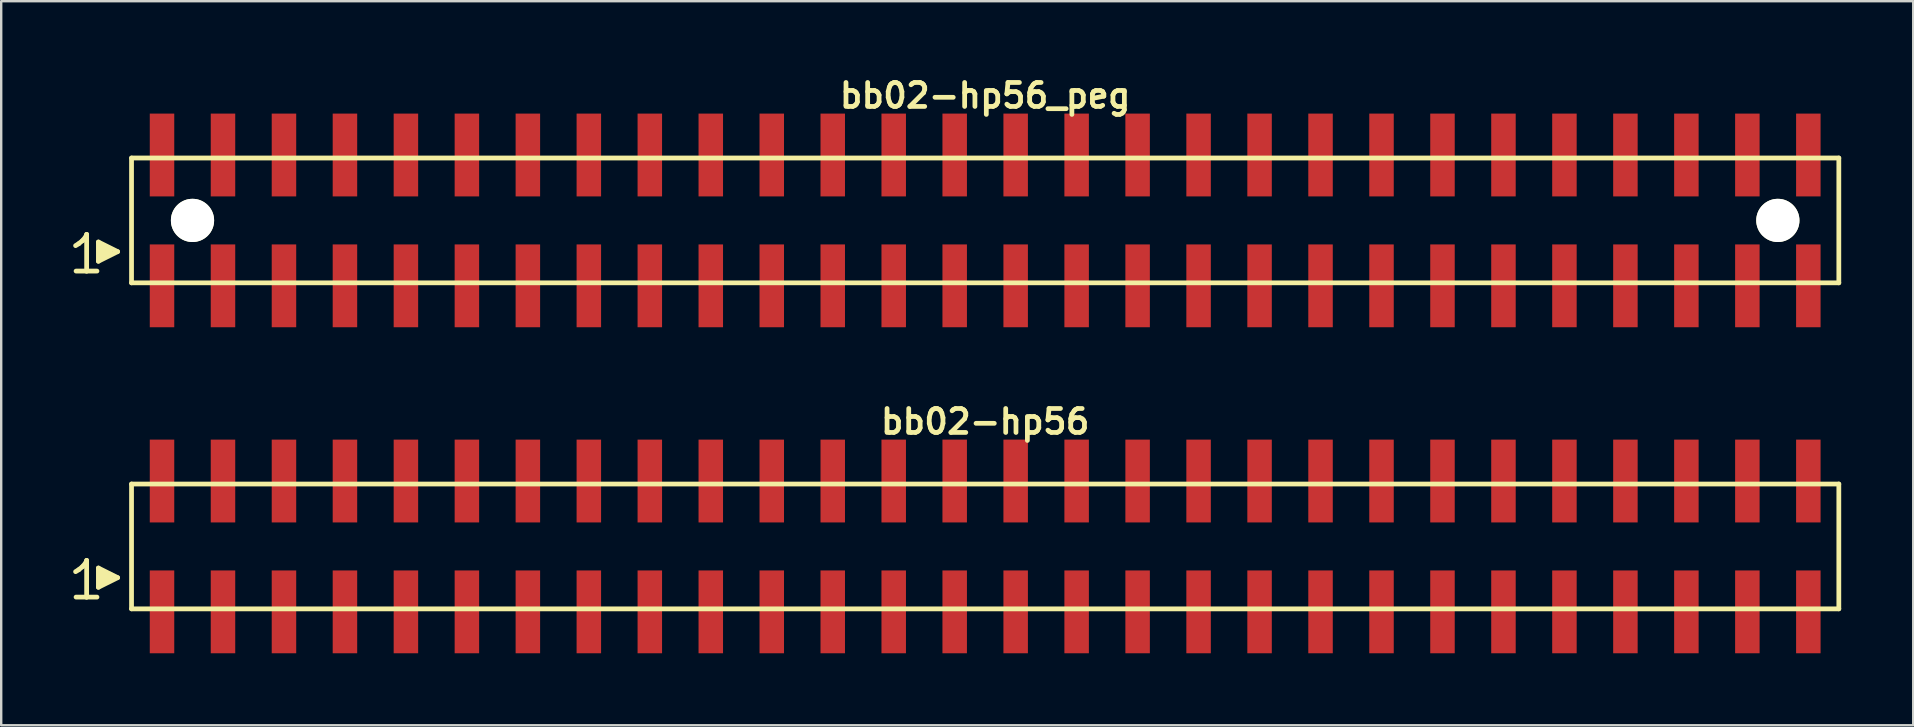
<source format=kicad_pcb>
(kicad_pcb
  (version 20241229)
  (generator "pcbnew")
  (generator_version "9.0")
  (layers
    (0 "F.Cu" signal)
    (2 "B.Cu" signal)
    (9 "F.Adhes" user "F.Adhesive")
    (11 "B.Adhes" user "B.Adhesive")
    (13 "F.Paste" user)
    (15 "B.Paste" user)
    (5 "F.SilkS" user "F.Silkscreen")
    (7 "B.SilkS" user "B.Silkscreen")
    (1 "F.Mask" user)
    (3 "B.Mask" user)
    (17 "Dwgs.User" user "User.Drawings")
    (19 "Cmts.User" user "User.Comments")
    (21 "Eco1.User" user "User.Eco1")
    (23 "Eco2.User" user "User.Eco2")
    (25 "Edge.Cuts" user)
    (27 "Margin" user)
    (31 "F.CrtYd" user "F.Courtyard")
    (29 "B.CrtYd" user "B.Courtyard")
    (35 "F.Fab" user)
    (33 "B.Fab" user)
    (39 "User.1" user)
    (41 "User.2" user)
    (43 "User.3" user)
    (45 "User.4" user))
  (footprint "bb02-hp56"
    (layer "F.Cu")
    (at 37.989 19.713)
    (property "Reference" "bb02-hp56" (at 0 -5.2 0) (layer "F.SilkS") (effects (font (size 0.998 0.998) (thickness 0.198))))
    (attr smd)
    (fp_line (start -37.89 1.05) (end -37.76 0.97) (stroke (width 0.198) (type solid)) (layer "F.SilkS"))
    (fp_line (start -37.76 0.97) (end -37.6 0.84) (stroke (width 0.198) (type solid)) (layer "F.SilkS"))
    (fp_line (start -37.6 0.84) (end -37.46 0.67) (stroke (width 0.198) (type solid)) (layer "F.SilkS"))
    (fp_line (start -37.46 0.67) (end -37.43 0.58) (stroke (width 0.198) (type solid)) (layer "F.SilkS"))
    (fp_line (start -37.43 0.58) (end -37.43 2.11) (stroke (width 0.198) (type solid)) (layer "F.SilkS"))
    (fp_line (start -37.43 2.11) (end -37.87 2.11) (stroke (width 0.198) (type solid)) (layer "F.SilkS"))
    (fp_line (start -37 2.11) (end -37.44 2.11) (stroke (width 0.198) (type solid)) (layer "F.SilkS"))
    (fp_line (start -36.94 0.9) (end -36.14 1.3) (stroke (width 0.198) (type solid)) (layer "F.SilkS"))
    (fp_line (start -36.94 1.7) (end -36.94 0.9) (stroke (width 0.198) (type solid)) (layer "F.SilkS"))
    (fp_line (start -36.84 1.6) (end -36.84 1) (stroke (width 0.198) (type solid)) (layer "F.SilkS"))
    (fp_line (start -36.74 1.1) (end -36.74 1.5) (stroke (width 0.198) (type solid)) (layer "F.SilkS"))
    (fp_line (start -36.64 1.5) (end -36.64 1.1) (stroke (width 0.198) (type solid)) (layer "F.SilkS"))
    (fp_line (start -36.54 1.2) (end -36.54 1.4) (stroke (width 0.198) (type solid)) (layer "F.SilkS"))
    (fp_line (start -36.44 1.4) (end -36.44 1.2) (stroke (width 0.198) (type solid)) (layer "F.SilkS"))
    (fp_line (start -36.14 1.3) (end -36.94 1.7) (stroke (width 0.198) (type solid)) (layer "F.SilkS"))
    (fp_line (start -35.56 -2.6) (end -35.56 2.6) (stroke (width 0.198) (type solid)) (layer "F.SilkS"))
    (fp_line (start -35.56 -2.6) (end 35.56 -2.6) (stroke (width 0.198) (type solid)) (layer "F.SilkS"))
    (fp_line (start 35.56 2.6) (end -35.56 2.6) (stroke (width 0.198) (type solid)) (layer "F.SilkS"))
    (fp_line (start 35.56 2.6) (end 35.56 -2.6) (stroke (width 0.198) (type solid)) (layer "F.SilkS"))
    (pad "1" smd rect (at -34.29 2.725) (size 1.02 3.45) (layers "F.Cu" "F.Mask" "F.Paste"))
    (pad "2" smd rect (at -34.29 -2.725) (size 1.02 3.45) (layers "F.Cu" "F.Mask" "F.Paste"))
    (pad "3" smd rect (at -31.75 2.725) (size 1.02 3.45) (layers "F.Cu" "F.Mask" "F.Paste"))
    (pad "4" smd rect (at -31.75 -2.725) (size 1.02 3.45) (layers "F.Cu" "F.Mask" "F.Paste"))
    (pad "5" smd rect (at -29.21 2.725) (size 1.02 3.45) (layers "F.Cu" "F.Mask" "F.Paste"))
    (pad "6" smd rect (at -29.21 -2.725) (size 1.02 3.45) (layers "F.Cu" "F.Mask" "F.Paste"))
    (pad "7" smd rect (at -26.67 2.725) (size 1.02 3.45) (layers "F.Cu" "F.Mask" "F.Paste"))
    (pad "8" smd rect (at -26.67 -2.725) (size 1.02 3.45) (layers "F.Cu" "F.Mask" "F.Paste"))
    (pad "9" smd rect (at -24.13 2.725) (size 1.02 3.45) (layers "F.Cu" "F.Mask" "F.Paste"))
    (pad "10" smd rect (at -24.13 -2.725) (size 1.02 3.45) (layers "F.Cu" "F.Mask" "F.Paste"))
    (pad "11" smd rect (at -21.59 2.725) (size 1.02 3.45) (layers "F.Cu" "F.Mask" "F.Paste"))
    (pad "12" smd rect (at -21.59 -2.725) (size 1.02 3.45) (layers "F.Cu" "F.Mask" "F.Paste"))
    (pad "13" smd rect (at -19.05 2.725) (size 1.02 3.45) (layers "F.Cu" "F.Mask" "F.Paste"))
    (pad "14" smd rect (at -19.05 -2.725) (size 1.02 3.45) (layers "F.Cu" "F.Mask" "F.Paste"))
    (pad "15" smd rect (at -16.51 2.725) (size 1.02 3.45) (layers "F.Cu" "F.Mask" "F.Paste"))
    (pad "16" smd rect (at -16.51 -2.725) (size 1.02 3.45) (layers "F.Cu" "F.Mask" "F.Paste"))
    (pad "17" smd rect (at -13.97 2.725) (size 1.02 3.45) (layers "F.Cu" "F.Mask" "F.Paste"))
    (pad "18" smd rect (at -13.97 -2.725) (size 1.02 3.45) (layers "F.Cu" "F.Mask" "F.Paste"))
    (pad "19" smd rect (at -11.43 2.725) (size 1.02 3.45) (layers "F.Cu" "F.Mask" "F.Paste"))
    (pad "20" smd rect (at -11.43 -2.725) (size 1.02 3.45) (layers "F.Cu" "F.Mask" "F.Paste"))
    (pad "21" smd rect (at -8.89 2.725) (size 1.02 3.45) (layers "F.Cu" "F.Mask" "F.Paste"))
    (pad "22" smd rect (at -8.89 -2.725) (size 1.02 3.45) (layers "F.Cu" "F.Mask" "F.Paste"))
    (pad "23" smd rect (at -6.35 2.725) (size 1.02 3.45) (layers "F.Cu" "F.Mask" "F.Paste"))
    (pad "24" smd rect (at -6.35 -2.725) (size 1.02 3.45) (layers "F.Cu" "F.Mask" "F.Paste"))
    (pad "25" smd rect (at -3.81 2.725) (size 1.02 3.45) (layers "F.Cu" "F.Mask" "F.Paste"))
    (pad "26" smd rect (at -3.81 -2.725) (size 1.02 3.45) (layers "F.Cu" "F.Mask" "F.Paste"))
    (pad "27" smd rect (at -1.27 2.725) (size 1.02 3.45) (layers "F.Cu" "F.Mask" "F.Paste"))
    (pad "28" smd rect (at -1.27 -2.725) (size 1.02 3.45) (layers "F.Cu" "F.Mask" "F.Paste"))
    (pad "29" smd rect (at 1.27 2.725) (size 1.02 3.45) (layers "F.Cu" "F.Mask" "F.Paste"))
    (pad "30" smd rect (at 1.27 -2.725) (size 1.02 3.45) (layers "F.Cu" "F.Mask" "F.Paste"))
    (pad "31" smd rect (at 3.81 2.725) (size 1.02 3.45) (layers "F.Cu" "F.Mask" "F.Paste"))
    (pad "32" smd rect (at 3.81 -2.725) (size 1.02 3.45) (layers "F.Cu" "F.Mask" "F.Paste"))
    (pad "33" smd rect (at 6.35 2.725) (size 1.02 3.45) (layers "F.Cu" "F.Mask" "F.Paste"))
    (pad "34" smd rect (at 6.35 -2.725) (size 1.02 3.45) (layers "F.Cu" "F.Mask" "F.Paste"))
    (pad "35" smd rect (at 8.89 2.725) (size 1.02 3.45) (layers "F.Cu" "F.Mask" "F.Paste"))
    (pad "36" smd rect (at 8.89 -2.725) (size 1.02 3.45) (layers "F.Cu" "F.Mask" "F.Paste"))
    (pad "37" smd rect (at 11.43 2.725) (size 1.02 3.45) (layers "F.Cu" "F.Mask" "F.Paste"))
    (pad "38" smd rect (at 11.43 -2.725) (size 1.02 3.45) (layers "F.Cu" "F.Mask" "F.Paste"))
    (pad "39" smd rect (at 13.97 2.725) (size 1.02 3.45) (layers "F.Cu" "F.Mask" "F.Paste"))
    (pad "40" smd rect (at 13.97 -2.725) (size 1.02 3.45) (layers "F.Cu" "F.Mask" "F.Paste"))
    (pad "41" smd rect (at 16.51 2.725) (size 1.02 3.45) (layers "F.Cu" "F.Mask" "F.Paste"))
    (pad "42" smd rect (at 16.51 -2.725) (size 1.02 3.45) (layers "F.Cu" "F.Mask" "F.Paste"))
    (pad "43" smd rect (at 19.05 2.725) (size 1.02 3.45) (layers "F.Cu" "F.Mask" "F.Paste"))
    (pad "44" smd rect (at 19.05 -2.725) (size 1.02 3.45) (layers "F.Cu" "F.Mask" "F.Paste"))
    (pad "45" smd rect (at 21.59 2.725) (size 1.02 3.45) (layers "F.Cu" "F.Mask" "F.Paste"))
    (pad "46" smd rect (at 21.59 -2.725) (size 1.02 3.45) (layers "F.Cu" "F.Mask" "F.Paste"))
    (pad "47" smd rect (at 24.13 2.725) (size 1.02 3.45) (layers "F.Cu" "F.Mask" "F.Paste"))
    (pad "48" smd rect (at 24.13 -2.725) (size 1.02 3.45) (layers "F.Cu" "F.Mask" "F.Paste"))
    (pad "49" smd rect (at 26.67 2.725) (size 1.02 3.45) (layers "F.Cu" "F.Mask" "F.Paste"))
    (pad "50" smd rect (at 26.67 -2.725) (size 1.02 3.45) (layers "F.Cu" "F.Mask" "F.Paste"))
    (pad "51" smd rect (at 29.21 2.725) (size 1.02 3.45) (layers "F.Cu" "F.Mask" "F.Paste"))
    (pad "52" smd rect (at 29.21 -2.725) (size 1.02 3.45) (layers "F.Cu" "F.Mask" "F.Paste"))
    (pad "53" smd rect (at 31.75 2.725) (size 1.02 3.45) (layers "F.Cu" "F.Mask" "F.Paste"))
    (pad "54" smd rect (at 31.75 -2.725) (size 1.02 3.45) (layers "F.Cu" "F.Mask" "F.Paste"))
    (pad "55" smd rect (at 34.29 2.725) (size 1.02 3.45) (layers "F.Cu" "F.Mask" "F.Paste"))
    (pad "56" smd rect (at 34.29 -2.725) (size 1.02 3.45) (layers "F.Cu" "F.Mask" "F.Paste")))
  (footprint "bb02-hp56_peg"
    (layer "F.Cu")
    (at 37.989 6.132)
    (property "Reference" "bb02-hp56_peg" (at 0 -5.2 0) (layer "F.SilkS") (effects (font (size 0.998 0.998) (thickness 0.198))))
    (attr smd)
    (fp_line (start -37.89 1.05) (end -37.76 0.97) (stroke (width 0.198) (type solid)) (layer "F.SilkS"))
    (fp_line (start -37.76 0.97) (end -37.6 0.84) (stroke (width 0.198) (type solid)) (layer "F.SilkS"))
    (fp_line (start -37.6 0.84) (end -37.46 0.67) (stroke (width 0.198) (type solid)) (layer "F.SilkS"))
    (fp_line (start -37.46 0.67) (end -37.43 0.58) (stroke (width 0.198) (type solid)) (layer "F.SilkS"))
    (fp_line (start -37.43 0.58) (end -37.43 2.11) (stroke (width 0.198) (type solid)) (layer "F.SilkS"))
    (fp_line (start -37.43 2.11) (end -37.87 2.11) (stroke (width 0.198) (type solid)) (layer "F.SilkS"))
    (fp_line (start -37 2.11) (end -37.44 2.11) (stroke (width 0.198) (type solid)) (layer "F.SilkS"))
    (fp_line (start -36.94 0.9) (end -36.14 1.3) (stroke (width 0.198) (type solid)) (layer "F.SilkS"))
    (fp_line (start -36.94 1.7) (end -36.94 0.9) (stroke (width 0.198) (type solid)) (layer "F.SilkS"))
    (fp_line (start -36.84 1.6) (end -36.84 1) (stroke (width 0.198) (type solid)) (layer "F.SilkS"))
    (fp_line (start -36.74 1.1) (end -36.74 1.5) (stroke (width 0.198) (type solid)) (layer "F.SilkS"))
    (fp_line (start -36.64 1.5) (end -36.64 1.1) (stroke (width 0.198) (type solid)) (layer "F.SilkS"))
    (fp_line (start -36.54 1.2) (end -36.54 1.4) (stroke (width 0.198) (type solid)) (layer "F.SilkS"))
    (fp_line (start -36.44 1.4) (end -36.44 1.2) (stroke (width 0.198) (type solid)) (layer "F.SilkS"))
    (fp_line (start -36.14 1.3) (end -36.94 1.7) (stroke (width 0.198) (type solid)) (layer "F.SilkS"))
    (fp_line (start -35.56 -2.6) (end -35.56 2.6) (stroke (width 0.198) (type solid)) (layer "F.SilkS"))
    (fp_line (start -35.56 -2.6) (end 35.56 -2.6) (stroke (width 0.198) (type solid)) (layer "F.SilkS"))
    (fp_line (start 35.56 2.6) (end -35.56 2.6) (stroke (width 0.198) (type solid)) (layer "F.SilkS"))
    (fp_line (start 35.56 2.6) (end 35.56 -2.6) (stroke (width 0.198) (type solid)) (layer "F.SilkS"))
    (pad "" np_thru_hole circle (at -33.02 0) (size 1.8 1.8) (drill 1.8) (layers "*.Cu" "*.Mask" "F.SilkS"))
    (pad "" np_thru_hole circle (at 33.02 0) (size 1.8 1.8) (drill 1.8) (layers "*.Cu" "*.Mask" "F.SilkS"))
    (pad "1" smd rect (at -34.29 2.725) (size 1.02 3.45) (layers "F.Cu" "F.Mask" "F.Paste"))
    (pad "2" smd rect (at -34.29 -2.725) (size 1.02 3.45) (layers "F.Cu" "F.Mask" "F.Paste"))
    (pad "3" smd rect (at -31.75 2.725) (size 1.02 3.45) (layers "F.Cu" "F.Mask" "F.Paste"))
    (pad "4" smd rect (at -31.75 -2.725) (size 1.02 3.45) (layers "F.Cu" "F.Mask" "F.Paste"))
    (pad "5" smd rect (at -29.21 2.725) (size 1.02 3.45) (layers "F.Cu" "F.Mask" "F.Paste"))
    (pad "6" smd rect (at -29.21 -2.725) (size 1.02 3.45) (layers "F.Cu" "F.Mask" "F.Paste"))
    (pad "7" smd rect (at -26.67 2.725) (size 1.02 3.45) (layers "F.Cu" "F.Mask" "F.Paste"))
    (pad "8" smd rect (at -26.67 -2.725) (size 1.02 3.45) (layers "F.Cu" "F.Mask" "F.Paste"))
    (pad "9" smd rect (at -24.13 2.725) (size 1.02 3.45) (layers "F.Cu" "F.Mask" "F.Paste"))
    (pad "10" smd rect (at -24.13 -2.725) (size 1.02 3.45) (layers "F.Cu" "F.Mask" "F.Paste"))
    (pad "11" smd rect (at -21.59 2.725) (size 1.02 3.45) (layers "F.Cu" "F.Mask" "F.Paste"))
    (pad "12" smd rect (at -21.59 -2.725) (size 1.02 3.45) (layers "F.Cu" "F.Mask" "F.Paste"))
    (pad "13" smd rect (at -19.05 2.725) (size 1.02 3.45) (layers "F.Cu" "F.Mask" "F.Paste"))
    (pad "14" smd rect (at -19.05 -2.725) (size 1.02 3.45) (layers "F.Cu" "F.Mask" "F.Paste"))
    (pad "15" smd rect (at -16.51 2.725) (size 1.02 3.45) (layers "F.Cu" "F.Mask" "F.Paste"))
    (pad "16" smd rect (at -16.51 -2.725) (size 1.02 3.45) (layers "F.Cu" "F.Mask" "F.Paste"))
    (pad "17" smd rect (at -13.97 2.725) (size 1.02 3.45) (layers "F.Cu" "F.Mask" "F.Paste"))
    (pad "18" smd rect (at -13.97 -2.725) (size 1.02 3.45) (layers "F.Cu" "F.Mask" "F.Paste"))
    (pad "19" smd rect (at -11.43 2.725) (size 1.02 3.45) (layers "F.Cu" "F.Mask" "F.Paste"))
    (pad "20" smd rect (at -11.43 -2.725) (size 1.02 3.45) (layers "F.Cu" "F.Mask" "F.Paste"))
    (pad "21" smd rect (at -8.89 2.725) (size 1.02 3.45) (layers "F.Cu" "F.Mask" "F.Paste"))
    (pad "22" smd rect (at -8.89 -2.725) (size 1.02 3.45) (layers "F.Cu" "F.Mask" "F.Paste"))
    (pad "23" smd rect (at -6.35 2.725) (size 1.02 3.45) (layers "F.Cu" "F.Mask" "F.Paste"))
    (pad "24" smd rect (at -6.35 -2.725) (size 1.02 3.45) (layers "F.Cu" "F.Mask" "F.Paste"))
    (pad "25" smd rect (at -3.81 2.725) (size 1.02 3.45) (layers "F.Cu" "F.Mask" "F.Paste"))
    (pad "26" smd rect (at -3.81 -2.725) (size 1.02 3.45) (layers "F.Cu" "F.Mask" "F.Paste"))
    (pad "27" smd rect (at -1.27 2.725) (size 1.02 3.45) (layers "F.Cu" "F.Mask" "F.Paste"))
    (pad "28" smd rect (at -1.27 -2.725) (size 1.02 3.45) (layers "F.Cu" "F.Mask" "F.Paste"))
    (pad "29" smd rect (at 1.27 2.725) (size 1.02 3.45) (layers "F.Cu" "F.Mask" "F.Paste"))
    (pad "30" smd rect (at 1.27 -2.725) (size 1.02 3.45) (layers "F.Cu" "F.Mask" "F.Paste"))
    (pad "31" smd rect (at 3.81 2.725) (size 1.02 3.45) (layers "F.Cu" "F.Mask" "F.Paste"))
    (pad "32" smd rect (at 3.81 -2.725) (size 1.02 3.45) (layers "F.Cu" "F.Mask" "F.Paste"))
    (pad "33" smd rect (at 6.35 2.725) (size 1.02 3.45) (layers "F.Cu" "F.Mask" "F.Paste"))
    (pad "34" smd rect (at 6.35 -2.725) (size 1.02 3.45) (layers "F.Cu" "F.Mask" "F.Paste"))
    (pad "35" smd rect (at 8.89 2.725) (size 1.02 3.45) (layers "F.Cu" "F.Mask" "F.Paste"))
    (pad "36" smd rect (at 8.89 -2.725) (size 1.02 3.45) (layers "F.Cu" "F.Mask" "F.Paste"))
    (pad "37" smd rect (at 11.43 2.725) (size 1.02 3.45) (layers "F.Cu" "F.Mask" "F.Paste"))
    (pad "38" smd rect (at 11.43 -2.725) (size 1.02 3.45) (layers "F.Cu" "F.Mask" "F.Paste"))
    (pad "39" smd rect (at 13.97 2.725) (size 1.02 3.45) (layers "F.Cu" "F.Mask" "F.Paste"))
    (pad "40" smd rect (at 13.97 -2.725) (size 1.02 3.45) (layers "F.Cu" "F.Mask" "F.Paste"))
    (pad "41" smd rect (at 16.51 2.725) (size 1.02 3.45) (layers "F.Cu" "F.Mask" "F.Paste"))
    (pad "42" smd rect (at 16.51 -2.725) (size 1.02 3.45) (layers "F.Cu" "F.Mask" "F.Paste"))
    (pad "43" smd rect (at 19.05 2.725) (size 1.02 3.45) (layers "F.Cu" "F.Mask" "F.Paste"))
    (pad "44" smd rect (at 19.05 -2.725) (size 1.02 3.45) (layers "F.Cu" "F.Mask" "F.Paste"))
    (pad "45" smd rect (at 21.59 2.725) (size 1.02 3.45) (layers "F.Cu" "F.Mask" "F.Paste"))
    (pad "46" smd rect (at 21.59 -2.725) (size 1.02 3.45) (layers "F.Cu" "F.Mask" "F.Paste"))
    (pad "47" smd rect (at 24.13 2.725) (size 1.02 3.45) (layers "F.Cu" "F.Mask" "F.Paste"))
    (pad "48" smd rect (at 24.13 -2.725) (size 1.02 3.45) (layers "F.Cu" "F.Mask" "F.Paste"))
    (pad "49" smd rect (at 26.67 2.725) (size 1.02 3.45) (layers "F.Cu" "F.Mask" "F.Paste"))
    (pad "50" smd rect (at 26.67 -2.725) (size 1.02 3.45) (layers "F.Cu" "F.Mask" "F.Paste"))
    (pad "51" smd rect (at 29.21 2.725) (size 1.02 3.45) (layers "F.Cu" "F.Mask" "F.Paste"))
    (pad "52" smd rect (at 29.21 -2.725) (size 1.02 3.45) (layers "F.Cu" "F.Mask" "F.Paste"))
    (pad "53" smd rect (at 31.75 2.725) (size 1.02 3.45) (layers "F.Cu" "F.Mask" "F.Paste"))
    (pad "54" smd rect (at 31.75 -2.725) (size 1.02 3.45) (layers "F.Cu" "F.Mask" "F.Paste"))
    (pad "55" smd rect (at 34.29 2.725) (size 1.02 3.45) (layers "F.Cu" "F.Mask" "F.Paste"))
    (pad "56" smd rect (at 34.29 -2.725) (size 1.02 3.45) (layers "F.Cu" "F.Mask" "F.Paste")))
  (gr_rect
    (start -3 -3)
    (end 76.648 27.163)
    (stroke (width 0.1) (type default))
    (fill no)
    (layer "Edge.Cuts")))
</source>
